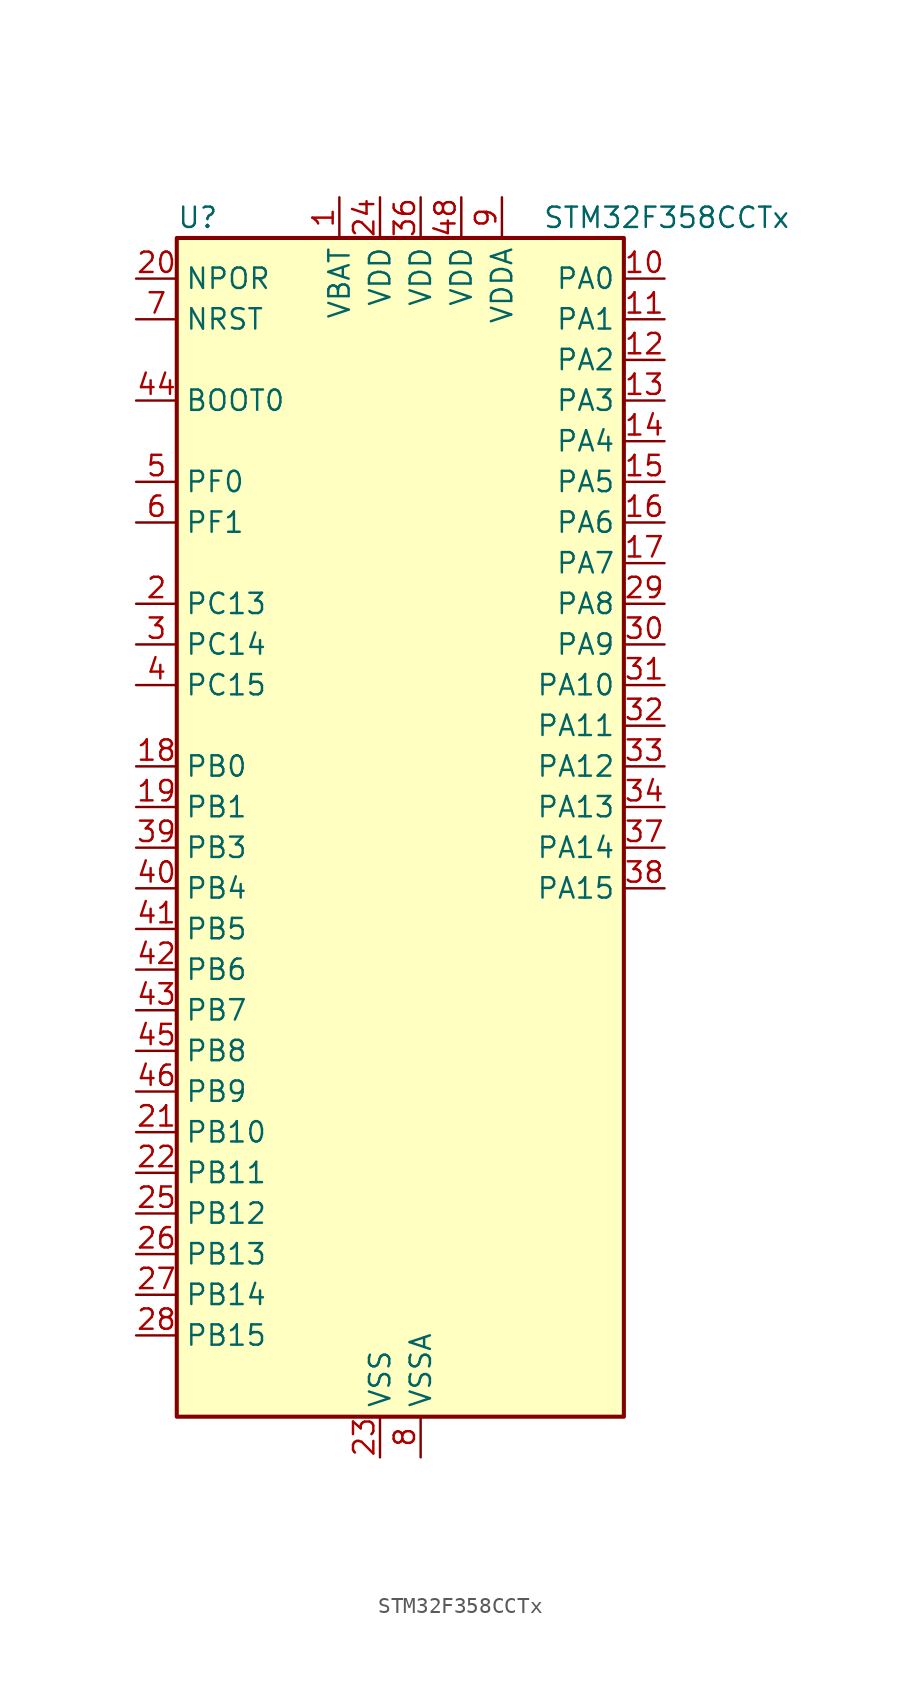
<source format=kicad_sym>
(kicad_symbol_lib
  (version 20220914)
  (generator kicad_symbol_editor)
  (symbol "STM32F358CCTx"
    (property "Reference" "U"
      (at -12.7 39.37 0)
      (effects (font (size 1.27 1.27)) (justify left)))
    (property "Value" "STM32F358CCTx"
      (at 10.16 39.37 0)
      (effects (font (size 1.27 1.27)) (justify left)))
    (property "ki_locked" ""
      (at 0 0 0)
      (effects (font (size 1.27 1.27))))
    (symbol "STM32F358CCTx_0_1"
      (rectangle (start -12.7 -35.56) (end 15.24 38.1) (stroke (width 0.254) (type default)) (fill (type background))))
    (symbol "STM32F358CCTx_1_1"
      (pin power_in line (at -2.54 40.64 270) (length 2.54) (name "VBAT" (effects (font (size 1.27 1.27)))) (number "1" (effects (font (size 1.27 1.27)))))
      (pin bidirectional line (at 17.78 35.56 180) (length 2.54) (name "PA0" (effects (font (size 1.27 1.27)))) (number "10" (effects (font (size 1.27 1.27)))) (alternate "ADC1_IN1" bidirectional line) (alternate "COMP1_INM" bidirectional line) (alternate "COMP1_OUT" bidirectional line) (alternate "COMP7_INP" bidirectional line) (alternate "RTC_TAMP2" bidirectional line) (alternate "SYS_WKUP1" bidirectional line) (alternate "TIM2_CH1" bidirectional line) (alternate "TIM2_ETR" bidirectional line) (alternate "TIM8_BKIN" bidirectional line) (alternate "TIM8_ETR" bidirectional line) (alternate "TSC_G1_IO1" bidirectional line) (alternate "USART2_CTS" bidirectional line))
      (pin bidirectional line (at 17.78 33.02 180) (length 2.54) (name "PA1" (effects (font (size 1.27 1.27)))) (number "11" (effects (font (size 1.27 1.27)))) (alternate "ADC1_IN2" bidirectional line) (alternate "COMP1_INP" bidirectional line) (alternate "OPAMP1_VINP" bidirectional line) (alternate "OPAMP1_VINP_SEC" bidirectional line) (alternate "OPAMP3_VINP" bidirectional line) (alternate "OPAMP3_VINP_SEC" bidirectional line) (alternate "RTC_REFIN" bidirectional line) (alternate "TIM15_CH1N" bidirectional line) (alternate "TIM2_CH2" bidirectional line) (alternate "TSC_G1_IO2" bidirectional line) (alternate "USART2_DE" bidirectional line) (alternate "USART2_RTS" bidirectional line))
      (pin bidirectional line (at 17.78 30.48 180) (length 2.54) (name "PA2" (effects (font (size 1.27 1.27)))) (number "12" (effects (font (size 1.27 1.27)))) (alternate "ADC1_IN3" bidirectional line) (alternate "ADC3_EXTI2" bidirectional line) (alternate "ADC4_EXTI2" bidirectional line) (alternate "COMP2_INM" bidirectional line) (alternate "COMP2_OUT" bidirectional line) (alternate "OPAMP1_VOUT" bidirectional line) (alternate "TIM15_CH1" bidirectional line) (alternate "TIM2_CH3" bidirectional line) (alternate "TSC_G1_IO3" bidirectional line) (alternate "USART2_TX" bidirectional line))
      (pin bidirectional line (at 17.78 27.94 180) (length 2.54) (name "PA3" (effects (font (size 1.27 1.27)))) (number "13" (effects (font (size 1.27 1.27)))) (alternate "ADC1_IN4" bidirectional line) (alternate "COMP2_INP" bidirectional line) (alternate "OPAMP1_VINM" bidirectional line) (alternate "OPAMP1_VINM_SEC" bidirectional line) (alternate "OPAMP1_VINP" bidirectional line) (alternate "OPAMP1_VINP_SEC" bidirectional line) (alternate "TIM15_CH2" bidirectional line) (alternate "TIM2_CH4" bidirectional line) (alternate "TSC_G1_IO4" bidirectional line) (alternate "USART2_RX" bidirectional line))
      (pin bidirectional line (at 17.78 25.4 180) (length 2.54) (name "PA4" (effects (font (size 1.27 1.27)))) (number "14" (effects (font (size 1.27 1.27)))) (alternate "ADC2_IN1" bidirectional line) (alternate "COMP1_INM" bidirectional line) (alternate "COMP2_INM" bidirectional line) (alternate "COMP3_INM" bidirectional line) (alternate "COMP4_INM" bidirectional line) (alternate "COMP5_INM" bidirectional line) (alternate "COMP6_INM" bidirectional line) (alternate "COMP7_INM" bidirectional line) (alternate "DAC_OUT1" bidirectional line) (alternate "I2S3_WS" bidirectional line) (alternate "OPAMP4_VINP" bidirectional line) (alternate "OPAMP4_VINP_SEC" bidirectional line) (alternate "SPI1_NSS" bidirectional line) (alternate "SPI3_NSS" bidirectional line) (alternate "TIM3_CH2" bidirectional line) (alternate "TSC_G2_IO1" bidirectional line) (alternate "USART2_CK" bidirectional line))
      (pin bidirectional line (at 17.78 22.86 180) (length 2.54) (name "PA5" (effects (font (size 1.27 1.27)))) (number "15" (effects (font (size 1.27 1.27)))) (alternate "ADC2_IN2" bidirectional line) (alternate "COMP1_INM" bidirectional line) (alternate "COMP2_INM" bidirectional line) (alternate "COMP3_INM" bidirectional line) (alternate "COMP4_INM" bidirectional line) (alternate "COMP5_INM" bidirectional line) (alternate "COMP6_INM" bidirectional line) (alternate "COMP7_INM" bidirectional line) (alternate "DAC_OUT2" bidirectional line) (alternate "OPAMP1_VINP" bidirectional line) (alternate "OPAMP1_VINP_SEC" bidirectional line) (alternate "OPAMP2_VINM" bidirectional line) (alternate "OPAMP2_VINM_SEC" bidirectional line) (alternate "OPAMP3_VINP" bidirectional line) (alternate "OPAMP3_VINP_SEC" bidirectional line) (alternate "SPI1_SCK" bidirectional line) (alternate "TIM2_CH1" bidirectional line) (alternate "TIM2_ETR" bidirectional line) (alternate "TSC_G2_IO2" bidirectional line))
      (pin bidirectional line (at 17.78 20.32 180) (length 2.54) (name "PA6" (effects (font (size 1.27 1.27)))) (number "16" (effects (font (size 1.27 1.27)))) (alternate "ADC2_IN3" bidirectional line) (alternate "COMP1_OUT" bidirectional line) (alternate "OPAMP2_VOUT" bidirectional line) (alternate "SPI1_MISO" bidirectional line) (alternate "TIM16_CH1" bidirectional line) (alternate "TIM1_BKIN" bidirectional line) (alternate "TIM3_CH1" bidirectional line) (alternate "TIM8_BKIN" bidirectional line) (alternate "TSC_G2_IO3" bidirectional line))
      (pin bidirectional line (at 17.78 17.78 180) (length 2.54) (name "PA7" (effects (font (size 1.27 1.27)))) (number "17" (effects (font (size 1.27 1.27)))) (alternate "ADC2_IN4" bidirectional line) (alternate "COMP2_INP" bidirectional line) (alternate "COMP2_OUT" bidirectional line) (alternate "OPAMP1_VINP" bidirectional line) (alternate "OPAMP1_VINP_SEC" bidirectional line) (alternate "OPAMP2_VINP" bidirectional line) (alternate "OPAMP2_VINP_SEC" bidirectional line) (alternate "SPI1_MOSI" bidirectional line) (alternate "TIM17_CH1" bidirectional line) (alternate "TIM1_CH1N" bidirectional line) (alternate "TIM3_CH2" bidirectional line) (alternate "TIM8_CH1N" bidirectional line) (alternate "TSC_G2_IO4" bidirectional line))
      (pin bidirectional line (at -15.24 5.08 0) (length 2.54) (name "PB0" (effects (font (size 1.27 1.27)))) (number "18" (effects (font (size 1.27 1.27)))) (alternate "ADC3_IN12" bidirectional line) (alternate "COMP4_INP" bidirectional line) (alternate "OPAMP2_VINP" bidirectional line) (alternate "OPAMP2_VINP_SEC" bidirectional line) (alternate "OPAMP3_VINP" bidirectional line) (alternate "OPAMP3_VINP_SEC" bidirectional line) (alternate "TIM1_CH2N" bidirectional line) (alternate "TIM3_CH3" bidirectional line) (alternate "TIM8_CH2N" bidirectional line) (alternate "TSC_G3_IO2" bidirectional line))
      (pin bidirectional line (at -15.24 2.54 0) (length 2.54) (name "PB1" (effects (font (size 1.27 1.27)))) (number "19" (effects (font (size 1.27 1.27)))) (alternate "ADC3_IN1" bidirectional line) (alternate "COMP4_OUT" bidirectional line) (alternate "OPAMP3_VOUT" bidirectional line) (alternate "TIM1_CH3N" bidirectional line) (alternate "TIM3_CH4" bidirectional line) (alternate "TIM8_CH3N" bidirectional line) (alternate "TSC_G3_IO3" bidirectional line))
      (pin bidirectional line (at -15.24 15.24 0) (length 2.54) (name "PC13" (effects (font (size 1.27 1.27)))) (number "2" (effects (font (size 1.27 1.27)))) (alternate "RTC_OUT_ALARM" bidirectional line) (alternate "RTC_OUT_CALIB" bidirectional line) (alternate "RTC_TAMP1" bidirectional line) (alternate "RTC_TS" bidirectional line) (alternate "SYS_WKUP2" bidirectional line) (alternate "TIM1_CH1N" bidirectional line))
      (pin input line (at -15.24 35.56 0) (length 2.54) (name "NPOR" (effects (font (size 1.27 1.27)))) (number "20" (effects (font (size 1.27 1.27)))))
      (pin bidirectional line (at -15.24 -17.78 0) (length 2.54) (name "PB10" (effects (font (size 1.27 1.27)))) (number "21" (effects (font (size 1.27 1.27)))) (alternate "COMP5_INM" bidirectional line) (alternate "OPAMP3_VINM" bidirectional line) (alternate "OPAMP3_VINM_SEC" bidirectional line) (alternate "OPAMP4_VINM" bidirectional line) (alternate "OPAMP4_VINM_SEC" bidirectional line) (alternate "TIM2_CH3" bidirectional line) (alternate "TSC_SYNC" bidirectional line) (alternate "USART3_TX" bidirectional line))
      (pin bidirectional line (at -15.24 -20.32 0) (length 2.54) (name "PB11" (effects (font (size 1.27 1.27)))) (number "22" (effects (font (size 1.27 1.27)))) (alternate "ADC1_EXTI11" bidirectional line) (alternate "ADC2_EXTI11" bidirectional line) (alternate "COMP6_INP" bidirectional line) (alternate "OPAMP4_VINP" bidirectional line) (alternate "OPAMP4_VINP_SEC" bidirectional line) (alternate "TIM2_CH4" bidirectional line) (alternate "TSC_G6_IO1" bidirectional line) (alternate "USART3_RX" bidirectional line))
      (pin power_in line (at 0 -38.1 90) (length 2.54) (name "VSS" (effects (font (size 1.27 1.27)))) (number "23" (effects (font (size 1.27 1.27)))))
      (pin power_in line (at 0 40.64 270) (length 2.54) (name "VDD" (effects (font (size 1.27 1.27)))) (number "24" (effects (font (size 1.27 1.27)))))
      (pin bidirectional line (at -15.24 -22.86 0) (length 2.54) (name "PB12" (effects (font (size 1.27 1.27)))) (number "25" (effects (font (size 1.27 1.27)))) (alternate "ADC4_IN3" bidirectional line) (alternate "COMP3_INM" bidirectional line) (alternate "I2C2_SMBA" bidirectional line) (alternate "I2S2_WS" bidirectional line) (alternate "OPAMP4_VOUT" bidirectional line) (alternate "SPI2_NSS" bidirectional line) (alternate "TIM1_BKIN" bidirectional line) (alternate "TSC_G6_IO2" bidirectional line) (alternate "USART3_CK" bidirectional line))
      (pin bidirectional line (at -15.24 -25.4 0) (length 2.54) (name "PB13" (effects (font (size 1.27 1.27)))) (number "26" (effects (font (size 1.27 1.27)))) (alternate "ADC3_IN5" bidirectional line) (alternate "COMP5_INP" bidirectional line) (alternate "I2S2_CK" bidirectional line) (alternate "OPAMP3_VINP" bidirectional line) (alternate "OPAMP3_VINP_SEC" bidirectional line) (alternate "OPAMP4_VINP" bidirectional line) (alternate "OPAMP4_VINP_SEC" bidirectional line) (alternate "SPI2_SCK" bidirectional line) (alternate "TIM1_CH1N" bidirectional line) (alternate "TSC_G6_IO3" bidirectional line) (alternate "USART3_CTS" bidirectional line))
      (pin bidirectional line (at -15.24 -27.94 0) (length 2.54) (name "PB14" (effects (font (size 1.27 1.27)))) (number "27" (effects (font (size 1.27 1.27)))) (alternate "ADC4_IN4" bidirectional line) (alternate "COMP3_INP" bidirectional line) (alternate "I2S2_ext_SD" bidirectional line) (alternate "OPAMP2_VINP" bidirectional line) (alternate "OPAMP2_VINP_SEC" bidirectional line) (alternate "SPI2_MISO" bidirectional line) (alternate "TIM15_CH1" bidirectional line) (alternate "TIM1_CH2N" bidirectional line) (alternate "TSC_G6_IO4" bidirectional line) (alternate "USART3_DE" bidirectional line) (alternate "USART3_RTS" bidirectional line))
      (pin bidirectional line (at -15.24 -30.48 0) (length 2.54) (name "PB15" (effects (font (size 1.27 1.27)))) (number "28" (effects (font (size 1.27 1.27)))) (alternate "ADC1_EXTI15" bidirectional line) (alternate "ADC2_EXTI15" bidirectional line) (alternate "ADC4_IN5" bidirectional line) (alternate "COMP6_INM" bidirectional line) (alternate "I2S2_SD" bidirectional line) (alternate "RTC_REFIN" bidirectional line) (alternate "SPI2_MOSI" bidirectional line) (alternate "TIM15_CH1N" bidirectional line) (alternate "TIM15_CH2" bidirectional line) (alternate "TIM1_CH3N" bidirectional line))
      (pin bidirectional line (at 17.78 15.24 180) (length 2.54) (name "PA8" (effects (font (size 1.27 1.27)))) (number "29" (effects (font (size 1.27 1.27)))) (alternate "COMP3_OUT" bidirectional line) (alternate "I2C2_SMBA" bidirectional line) (alternate "I2S2_MCK" bidirectional line) (alternate "RCC_MCO" bidirectional line) (alternate "TIM1_CH1" bidirectional line) (alternate "TIM4_ETR" bidirectional line) (alternate "USART1_CK" bidirectional line))
      (pin bidirectional line (at -15.24 12.7 0) (length 2.54) (name "PC14" (effects (font (size 1.27 1.27)))) (number "3" (effects (font (size 1.27 1.27)))) (alternate "RCC_OSC32_IN" bidirectional line))
      (pin bidirectional line (at 17.78 12.7 180) (length 2.54) (name "PA9" (effects (font (size 1.27 1.27)))) (number "30" (effects (font (size 1.27 1.27)))) (alternate "COMP5_OUT" bidirectional line) (alternate "DAC_EXTI9" bidirectional line) (alternate "I2C2_SCL" bidirectional line) (alternate "I2S3_MCK" bidirectional line) (alternate "TIM15_BKIN" bidirectional line) (alternate "TIM1_CH2" bidirectional line) (alternate "TIM2_CH3" bidirectional line) (alternate "TSC_G4_IO1" bidirectional line) (alternate "USART1_TX" bidirectional line))
      (pin bidirectional line (at 17.78 10.16 180) (length 2.54) (name "PA10" (effects (font (size 1.27 1.27)))) (number "31" (effects (font (size 1.27 1.27)))) (alternate "COMP6_OUT" bidirectional line) (alternate "I2C2_SDA" bidirectional line) (alternate "TIM17_BKIN" bidirectional line) (alternate "TIM1_CH3" bidirectional line) (alternate "TIM2_CH4" bidirectional line) (alternate "TIM8_BKIN" bidirectional line) (alternate "TSC_G4_IO2" bidirectional line) (alternate "USART1_RX" bidirectional line))
      (pin bidirectional line (at 17.78 7.62 180) (length 2.54) (name "PA11" (effects (font (size 1.27 1.27)))) (number "32" (effects (font (size 1.27 1.27)))) (alternate "ADC1_EXTI11" bidirectional line) (alternate "ADC2_EXTI11" bidirectional line) (alternate "CAN_RX" bidirectional line) (alternate "COMP1_OUT" bidirectional line) (alternate "TIM1_BKIN2" bidirectional line) (alternate "TIM1_CH1N" bidirectional line) (alternate "TIM1_CH4" bidirectional line) (alternate "TIM4_CH1" bidirectional line) (alternate "USART1_CTS" bidirectional line))
      (pin bidirectional line (at 17.78 5.08 180) (length 2.54) (name "PA12" (effects (font (size 1.27 1.27)))) (number "33" (effects (font (size 1.27 1.27)))) (alternate "CAN_TX" bidirectional line) (alternate "COMP2_OUT" bidirectional line) (alternate "TIM16_CH1" bidirectional line) (alternate "TIM1_CH2N" bidirectional line) (alternate "TIM1_ETR" bidirectional line) (alternate "TIM4_CH2" bidirectional line) (alternate "USART1_DE" bidirectional line) (alternate "USART1_RTS" bidirectional line))
      (pin bidirectional line (at 17.78 2.54 180) (length 2.54) (name "PA13" (effects (font (size 1.27 1.27)))) (number "34" (effects (font (size 1.27 1.27)))) (alternate "IR_OUT" bidirectional line) (alternate "SYS_JTMS-SWDIO" bidirectional line) (alternate "TIM16_CH1N" bidirectional line) (alternate "TIM4_CH3" bidirectional line) (alternate "TSC_G4_IO3" bidirectional line) (alternate "USART3_CTS" bidirectional line))
      (pin passive line (at 0 -38.1 90) (length 2.54) hide (name "VSS" (effects (font (size 1.27 1.27)))) (number "35" (effects (font (size 1.27 1.27)))))
      (pin power_in line (at 2.54 40.64 270) (length 2.54) (name "VDD" (effects (font (size 1.27 1.27)))) (number "36" (effects (font (size 1.27 1.27)))))
      (pin bidirectional line (at 17.78 0 180) (length 2.54) (name "PA14" (effects (font (size 1.27 1.27)))) (number "37" (effects (font (size 1.27 1.27)))) (alternate "I2C1_SDA" bidirectional line) (alternate "SYS_JTCK-SWCLK" bidirectional line) (alternate "TIM1_BKIN" bidirectional line) (alternate "TIM8_CH2" bidirectional line) (alternate "TSC_G4_IO4" bidirectional line) (alternate "USART2_TX" bidirectional line))
      (pin bidirectional line (at 17.78 -2.54 180) (length 2.54) (name "PA15" (effects (font (size 1.27 1.27)))) (number "38" (effects (font (size 1.27 1.27)))) (alternate "ADC1_EXTI15" bidirectional line) (alternate "ADC2_EXTI15" bidirectional line) (alternate "I2C1_SCL" bidirectional line) (alternate "I2S3_WS" bidirectional line) (alternate "SPI1_NSS" bidirectional line) (alternate "SPI3_NSS" bidirectional line) (alternate "SYS_JTDI" bidirectional line) (alternate "TIM1_BKIN" bidirectional line) (alternate "TIM2_CH1" bidirectional line) (alternate "TIM2_ETR" bidirectional line) (alternate "TIM8_CH1" bidirectional line) (alternate "USART2_RX" bidirectional line))
      (pin bidirectional line (at -15.24 0 0) (length 2.54) (name "PB3" (effects (font (size 1.27 1.27)))) (number "39" (effects (font (size 1.27 1.27)))) (alternate "I2S3_CK" bidirectional line) (alternate "SPI1_SCK" bidirectional line) (alternate "SPI3_SCK" bidirectional line) (alternate "SYS_JTDO-TRACESWO" bidirectional line) (alternate "TIM2_CH2" bidirectional line) (alternate "TIM3_ETR" bidirectional line) (alternate "TIM4_ETR" bidirectional line) (alternate "TIM8_CH1N" bidirectional line) (alternate "TSC_G5_IO1" bidirectional line) (alternate "USART2_TX" bidirectional line))
      (pin bidirectional line (at -15.24 10.16 0) (length 2.54) (name "PC15" (effects (font (size 1.27 1.27)))) (number "4" (effects (font (size 1.27 1.27)))) (alternate "ADC1_EXTI15" bidirectional line) (alternate "ADC2_EXTI15" bidirectional line) (alternate "RCC_OSC32_OUT" bidirectional line))
      (pin bidirectional line (at -15.24 -2.54 0) (length 2.54) (name "PB4" (effects (font (size 1.27 1.27)))) (number "40" (effects (font (size 1.27 1.27)))) (alternate "I2S3_ext_SD" bidirectional line) (alternate "SPI1_MISO" bidirectional line) (alternate "SPI3_MISO" bidirectional line) (alternate "SYS_NJTRST" bidirectional line) (alternate "TIM16_CH1" bidirectional line) (alternate "TIM17_BKIN" bidirectional line) (alternate "TIM3_CH1" bidirectional line) (alternate "TIM8_CH2N" bidirectional line) (alternate "TSC_G5_IO2" bidirectional line) (alternate "USART2_RX" bidirectional line))
      (pin bidirectional line (at -15.24 -5.08 0) (length 2.54) (name "PB5" (effects (font (size 1.27 1.27)))) (number "41" (effects (font (size 1.27 1.27)))) (alternate "I2C1_SMBA" bidirectional line) (alternate "I2S3_SD" bidirectional line) (alternate "SPI1_MOSI" bidirectional line) (alternate "SPI3_MOSI" bidirectional line) (alternate "TIM16_BKIN" bidirectional line) (alternate "TIM17_CH1" bidirectional line) (alternate "TIM3_CH2" bidirectional line) (alternate "TIM8_CH3N" bidirectional line) (alternate "USART2_CK" bidirectional line))
      (pin bidirectional line (at -15.24 -7.62 0) (length 2.54) (name "PB6" (effects (font (size 1.27 1.27)))) (number "42" (effects (font (size 1.27 1.27)))) (alternate "I2C1_SCL" bidirectional line) (alternate "TIM16_CH1N" bidirectional line) (alternate "TIM4_CH1" bidirectional line) (alternate "TIM8_BKIN2" bidirectional line) (alternate "TIM8_CH1" bidirectional line) (alternate "TIM8_ETR" bidirectional line) (alternate "TSC_G5_IO3" bidirectional line) (alternate "USART1_TX" bidirectional line))
      (pin bidirectional line (at -15.24 -10.16 0) (length 2.54) (name "PB7" (effects (font (size 1.27 1.27)))) (number "43" (effects (font (size 1.27 1.27)))) (alternate "I2C1_SDA" bidirectional line) (alternate "TIM17_CH1N" bidirectional line) (alternate "TIM3_CH4" bidirectional line) (alternate "TIM4_CH2" bidirectional line) (alternate "TIM8_BKIN" bidirectional line) (alternate "TSC_G5_IO4" bidirectional line) (alternate "USART1_RX" bidirectional line))
      (pin input line (at -15.24 27.94 0) (length 2.54) (name "BOOT0" (effects (font (size 1.27 1.27)))) (number "44" (effects (font (size 1.27 1.27)))))
      (pin bidirectional line (at -15.24 -12.7 0) (length 2.54) (name "PB8" (effects (font (size 1.27 1.27)))) (number "45" (effects (font (size 1.27 1.27)))) (alternate "CAN_RX" bidirectional line) (alternate "COMP1_OUT" bidirectional line) (alternate "I2C1_SCL" bidirectional line) (alternate "TIM16_CH1" bidirectional line) (alternate "TIM1_BKIN" bidirectional line) (alternate "TIM4_CH3" bidirectional line) (alternate "TIM8_CH2" bidirectional line) (alternate "TSC_SYNC" bidirectional line))
      (pin bidirectional line (at -15.24 -15.24 0) (length 2.54) (name "PB9" (effects (font (size 1.27 1.27)))) (number "46" (effects (font (size 1.27 1.27)))) (alternate "CAN_TX" bidirectional line) (alternate "COMP2_OUT" bidirectional line) (alternate "DAC_EXTI9" bidirectional line) (alternate "I2C1_SDA" bidirectional line) (alternate "IR_OUT" bidirectional line) (alternate "TIM17_CH1" bidirectional line) (alternate "TIM4_CH4" bidirectional line) (alternate "TIM8_CH3" bidirectional line))
      (pin passive line (at 0 -38.1 90) (length 2.54) hide (name "VSS" (effects (font (size 1.27 1.27)))) (number "47" (effects (font (size 1.27 1.27)))))
      (pin power_in line (at 5.08 40.64 270) (length 2.54) (name "VDD" (effects (font (size 1.27 1.27)))) (number "48" (effects (font (size 1.27 1.27)))))
      (pin bidirectional line (at -15.24 22.86 0) (length 2.54) (name "PF0" (effects (font (size 1.27 1.27)))) (number "5" (effects (font (size 1.27 1.27)))) (alternate "I2C2_SDA" bidirectional line) (alternate "RCC_OSC_IN" bidirectional line) (alternate "TIM1_CH3N" bidirectional line))
      (pin bidirectional line (at -15.24 20.32 0) (length 2.54) (name "PF1" (effects (font (size 1.27 1.27)))) (number "6" (effects (font (size 1.27 1.27)))) (alternate "I2C2_SCL" bidirectional line) (alternate "RCC_OSC_OUT" bidirectional line))
      (pin input line (at -15.24 33.02 0) (length 2.54) (name "NRST" (effects (font (size 1.27 1.27)))) (number "7" (effects (font (size 1.27 1.27)))))
      (pin power_in line (at 2.54 -38.1 90) (length 2.54) (name "VSSA" (effects (font (size 1.27 1.27)))) (number "8" (effects (font (size 1.27 1.27)))))
      (pin power_in line (at 7.62 40.64 270) (length 2.54) (name "VDDA" (effects (font (size 1.27 1.27)))) (number "9" (effects (font (size 1.27 1.27))))))))
</source>
